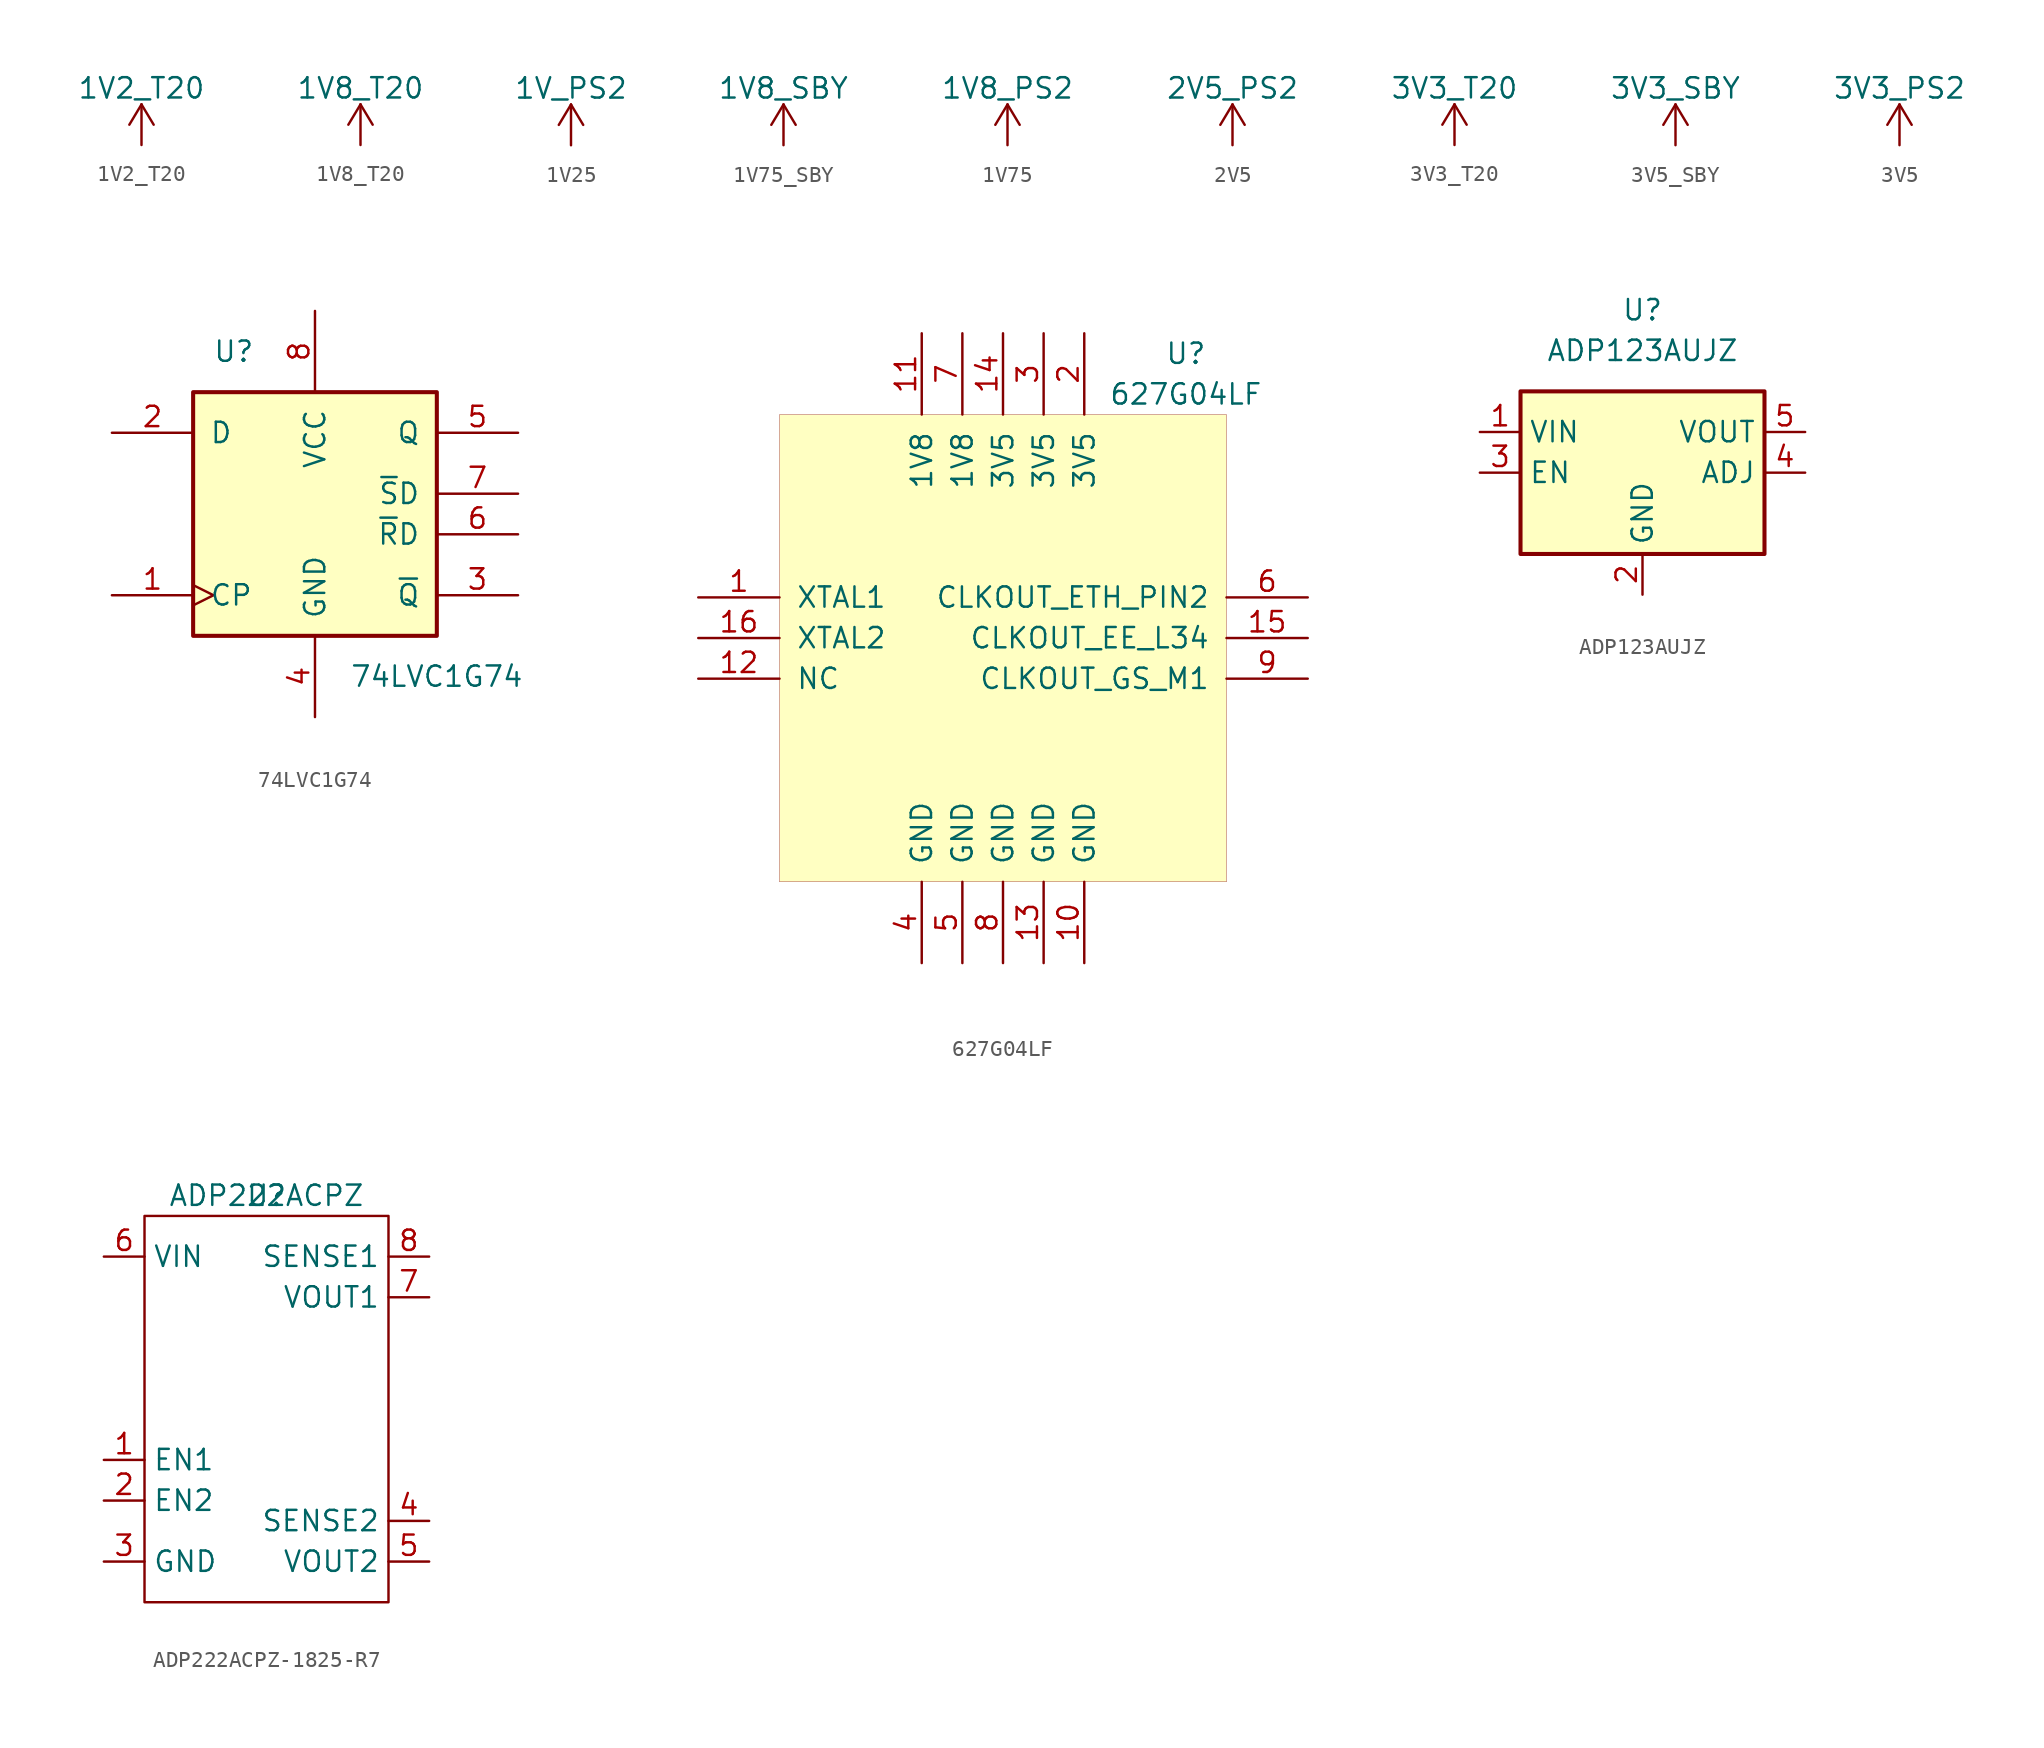
<source format=kicad_sym>
(kicad_symbol_lib
  (version 20220914)
  (generator kicad_symbol_editor)
  (symbol "1V2_T20"
    (power)
    (pin_names
      (offset 0))
    (property "Reference" "#PWR"
      (at 0 -3.81 0)
      (effects (font (size 1.27 1.27)) hide))
    (property "Value" "1V2_T20"
      (at 0 3.556 0)
      (effects (font (size 1.27 1.27))))
    (symbol "1V2_T20_0_1"
      (polyline (pts (xy -0.762 1.27) (xy 0 2.54)) (stroke (width 0) (type default)) (fill (type none)))
      (polyline (pts (xy 0 0) (xy 0 2.54)) (stroke (width 0) (type default)) (fill (type none)))
      (polyline (pts (xy 0 2.54) (xy 0.762 1.27)) (stroke (width 0) (type default)) (fill (type none))))
    (symbol "1V2_T20_1_1"
      (pin power_in line (at 0 0 90) (length 0) hide (name "1V2_T20" (effects (font (size 1.27 1.27)))) (number "1" (effects (font (size 1.27 1.27)))))))
  (symbol "1V8_T20"
    (power)
    (pin_names
      (offset 0))
    (property "Reference" "#PWR"
      (at 0 -3.81 0)
      (effects (font (size 1.27 1.27)) hide))
    (property "Value" "1V8_T20"
      (at 0 3.556 0)
      (effects (font (size 1.27 1.27))))
    (symbol "1V8_T20_0_1"
      (polyline (pts (xy -0.762 1.27) (xy 0 2.54)) (stroke (width 0) (type default)) (fill (type none)))
      (polyline (pts (xy 0 0) (xy 0 2.54)) (stroke (width 0) (type default)) (fill (type none)))
      (polyline (pts (xy 0 2.54) (xy 0.762 1.27)) (stroke (width 0) (type default)) (fill (type none))))
    (symbol "1V8_T20_1_1"
      (pin power_in line (at 0 0 90) (length 0) hide (name "1V8_T20" (effects (font (size 1.27 1.27)))) (number "1" (effects (font (size 1.27 1.27)))))))
  (symbol "1V25"
    (power)
    (pin_names
      (offset 0))
    (property "Reference" "#PWR"
      (at 0 -3.81 0)
      (effects (font (size 1.27 1.27)) hide))
    (property "Value" "1V_PS2"
      (at 0 3.556 0)
      (effects (font (size 1.27 1.27))))
    (symbol "1V25_0_1"
      (polyline (pts (xy -0.762 1.27) (xy 0 2.54)) (stroke (width 0) (type default)) (fill (type none)))
      (polyline (pts (xy 0 0) (xy 0 2.54)) (stroke (width 0) (type default)) (fill (type none)))
      (polyline (pts (xy 0 2.54) (xy 0.762 1.27)) (stroke (width 0) (type default)) (fill (type none))))
    (symbol "1V25_1_1"
      (pin power_in line (at 0 0 90) (length 0) hide (name "1V_PS2" (effects (font (size 1.27 1.27)))) (number "1" (effects (font (size 1.27 1.27)))))))
  (symbol "1V75_SBY"
    (power)
    (pin_names
      (offset 0))
    (property "Reference" "#PWR"
      (at 0 -3.81 0)
      (effects (font (size 1.27 1.27)) hide))
    (property "Value" "1V8_SBY"
      (at 0 3.556 0)
      (effects (font (size 1.27 1.27))))
    (symbol "1V75_SBY_0_1"
      (polyline (pts (xy -0.762 1.27) (xy 0 2.54)) (stroke (width 0) (type default)) (fill (type none)))
      (polyline (pts (xy 0 0) (xy 0 2.54)) (stroke (width 0) (type default)) (fill (type none)))
      (polyline (pts (xy 0 2.54) (xy 0.762 1.27)) (stroke (width 0) (type default)) (fill (type none))))
    (symbol "1V75_SBY_1_1"
      (pin power_in line (at 0 0 90) (length 0) hide (name "1V8_SBY" (effects (font (size 1.27 1.27)))) (number "1" (effects (font (size 1.27 1.27)))))))
  (symbol "1V75"
    (power)
    (pin_names
      (offset 0))
    (property "Reference" "#PWR"
      (at 0 -3.81 0)
      (effects (font (size 1.27 1.27)) hide))
    (property "Value" "1V8_PS2"
      (at 0 3.556 0)
      (effects (font (size 1.27 1.27))))
    (symbol "1V75_0_1"
      (polyline (pts (xy -0.762 1.27) (xy 0 2.54)) (stroke (width 0) (type default)) (fill (type none)))
      (polyline (pts (xy 0 0) (xy 0 2.54)) (stroke (width 0) (type default)) (fill (type none)))
      (polyline (pts (xy 0 2.54) (xy 0.762 1.27)) (stroke (width 0) (type default)) (fill (type none))))
    (symbol "1V75_1_1"
      (pin power_in line (at 0 0 90) (length 0) hide (name "1V8_PS2" (effects (font (size 1.27 1.27)))) (number "1" (effects (font (size 1.27 1.27)))))))
  (symbol "2V5"
    (power)
    (pin_names
      (offset 0))
    (property "Reference" "#PWR"
      (at 0 -3.81 0)
      (effects (font (size 1.27 1.27)) hide))
    (property "Value" "2V5_PS2"
      (at 0 3.556 0)
      (effects (font (size 1.27 1.27))))
    (symbol "2V5_0_1"
      (polyline (pts (xy -0.762 1.27) (xy 0 2.54)) (stroke (width 0) (type default)) (fill (type none)))
      (polyline (pts (xy 0 0) (xy 0 2.54)) (stroke (width 0) (type default)) (fill (type none)))
      (polyline (pts (xy 0 2.54) (xy 0.762 1.27)) (stroke (width 0) (type default)) (fill (type none))))
    (symbol "2V5_1_1"
      (pin power_in line (at 0 0 90) (length 0) hide (name "2V5_PS2" (effects (font (size 1.27 1.27)))) (number "1" (effects (font (size 1.27 1.27)))))))
  (symbol "3V3_T20"
    (power)
    (pin_names
      (offset 0))
    (property "Reference" "#PWR"
      (at 0 -3.81 0)
      (effects (font (size 1.27 1.27)) hide))
    (property "Value" "3V3_T20"
      (at 0 3.556 0)
      (effects (font (size 1.27 1.27))))
    (symbol "3V3_T20_0_1"
      (polyline (pts (xy -0.762 1.27) (xy 0 2.54)) (stroke (width 0) (type default)) (fill (type none)))
      (polyline (pts (xy 0 0) (xy 0 2.54)) (stroke (width 0) (type default)) (fill (type none)))
      (polyline (pts (xy 0 2.54) (xy 0.762 1.27)) (stroke (width 0) (type default)) (fill (type none))))
    (symbol "3V3_T20_1_1"
      (pin power_in line (at 0 0 90) (length 0) hide (name "3V3_T20" (effects (font (size 1.27 1.27)))) (number "1" (effects (font (size 1.27 1.27)))))))
  (symbol "3V5_SBY"
    (power)
    (pin_names
      (offset 0))
    (property "Reference" "#PWR"
      (at 0 -3.81 0)
      (effects (font (size 1.27 1.27)) hide))
    (property "Value" "3V3_SBY"
      (at 0 3.556 0)
      (effects (font (size 1.27 1.27))))
    (symbol "3V5_SBY_0_1"
      (polyline (pts (xy -0.762 1.27) (xy 0 2.54)) (stroke (width 0) (type default)) (fill (type none)))
      (polyline (pts (xy 0 0) (xy 0 2.54)) (stroke (width 0) (type default)) (fill (type none)))
      (polyline (pts (xy 0 2.54) (xy 0.762 1.27)) (stroke (width 0) (type default)) (fill (type none))))
    (symbol "3V5_SBY_1_1"
      (pin power_in line (at 0 0 90) (length 0) hide (name "3V3_SBY" (effects (font (size 1.27 1.27)))) (number "1" (effects (font (size 1.27 1.27)))))))
  (symbol "3V5"
    (power)
    (pin_names
      (offset 0))
    (property "Reference" "#PWR"
      (at 0 -3.81 0)
      (effects (font (size 1.27 1.27)) hide))
    (property "Value" "3V3_PS2"
      (at 0 3.556 0)
      (effects (font (size 1.27 1.27))))
    (symbol "3V5_0_1"
      (polyline (pts (xy -0.762 1.27) (xy 0 2.54)) (stroke (width 0) (type default)) (fill (type none)))
      (polyline (pts (xy 0 0) (xy 0 2.54)) (stroke (width 0) (type default)) (fill (type none)))
      (polyline (pts (xy 0 2.54) (xy 0.762 1.27)) (stroke (width 0) (type default)) (fill (type none))))
    (symbol "3V5_1_1"
      (pin power_in line (at 0 0 90) (length 0) hide (name "3V3_PS2" (effects (font (size 1.27 1.27)))) (number "1" (effects (font (size 1.27 1.27)))))))
  (symbol "74LVC1G74"
    (pin_names
      (offset 1.016))
    (property "Reference" "U"
      (at -5.08 10.16 0)
      (effects (font (size 1.27 1.27))))
    (property "Value" "74LVC1G74"
      (at 7.62 -10.16 0)
      (effects (font (size 1.27 1.27))))
    (symbol "74LVC1G74_0_1"
      (rectangle (start -7.62 7.62) (end 7.62 -7.62) (stroke (width 0.254) (type default)) (fill (type background))))
    (symbol "74LVC1G74_1_1"
      (pin input clock (at -12.7 -5.08 0) (length 5.08) (name "CP" (effects (font (size 1.27 1.27)))) (number "1" (effects (font (size 1.27 1.27)))))
      (pin input line (at -12.7 5.08 0) (length 5.08) (name "D" (effects (font (size 1.27 1.27)))) (number "2" (effects (font (size 1.27 1.27)))))
      (pin output line (at 12.7 -5.08 180) (length 5.08) (name "~{Q}" (effects (font (size 1.27 1.27)))) (number "3" (effects (font (size 1.27 1.27)))))
      (pin power_in line (at 0 -12.7 90) (length 5.08) (name "GND" (effects (font (size 1.27 1.27)))) (number "4" (effects (font (size 1.27 1.27)))))
      (pin output line (at 12.7 5.08 180) (length 5.08) (name "Q" (effects (font (size 1.27 1.27)))) (number "5" (effects (font (size 1.27 1.27)))))
      (pin input line (at 12.7 -1.27 180) (length 5.08) (name "~{R}D" (effects (font (size 1.27 1.27)))) (number "6" (effects (font (size 1.27 1.27)))))
      (pin input line (at 12.7 1.27 180) (length 5.08) (name "~{S}D" (effects (font (size 1.27 1.27)))) (number "7" (effects (font (size 1.27 1.27)))))
      (pin power_in line (at 0 12.7 270) (length 5.08) (name "VCC" (effects (font (size 1.27 1.27)))) (number "8" (effects (font (size 1.27 1.27)))))))
  (symbol "627G04LF"
    (pin_names
      (offset 1.016))
    (property "Reference" "U"
      (at 33.02 6.35 0)
      (effects (font (size 1.27 1.27))))
    (property "Value" "627G04LF"
      (at 33.02 3.81 0)
      (effects (font (size 1.27 1.27))))
    (symbol "627G04LF_0_0"
      (pin passive line (at 26.67 -31.75 90) (length 5.08) (name "GND" (effects (font (size 1.27 1.27)))) (number "10" (effects (font (size 1.27 1.27)))))
      (pin passive line (at 16.51 7.62 270) (length 5.08) (name "1V8" (effects (font (size 1.27 1.27)))) (number "11" (effects (font (size 1.27 1.27)))))
      (pin passive line (at 2.54 -13.97 0) (length 5.08) (name "NC" (effects (font (size 1.27 1.27)))) (number "12" (effects (font (size 1.27 1.27)))))
      (pin passive line (at 24.13 -31.75 90) (length 5.08) (name "GND" (effects (font (size 1.27 1.27)))) (number "13" (effects (font (size 1.27 1.27)))))
      (pin passive line (at 21.59 7.62 270) (length 5.08) (name "3V5" (effects (font (size 1.27 1.27)))) (number "14" (effects (font (size 1.27 1.27)))))
      (pin passive line (at 40.64 -11.43 180) (length 5.08) (name "CLKOUT_EE_L34" (effects (font (size 1.27 1.27)))) (number "15" (effects (font (size 1.27 1.27)))))
      (pin passive line (at 26.67 7.62 270) (length 5.08) (name "3V5" (effects (font (size 1.27 1.27)))) (number "2" (effects (font (size 1.27 1.27)))))
      (pin passive line (at 24.13 7.62 270) (length 5.08) (name "3V5" (effects (font (size 1.27 1.27)))) (number "3" (effects (font (size 1.27 1.27)))))
      (pin passive line (at 16.51 -31.75 90) (length 5.08) (name "GND" (effects (font (size 1.27 1.27)))) (number "4" (effects (font (size 1.27 1.27)))))
      (pin passive line (at 19.05 -31.75 90) (length 5.08) (name "GND" (effects (font (size 1.27 1.27)))) (number "5" (effects (font (size 1.27 1.27)))))
      (pin passive line (at 40.64 -8.89 180) (length 5.08) (name "CLKOUT_ETH_PIN2" (effects (font (size 1.27 1.27)))) (number "6" (effects (font (size 1.27 1.27)))))
      (pin passive line (at 19.05 7.62 270) (length 5.08) (name "1V8" (effects (font (size 1.27 1.27)))) (number "7" (effects (font (size 1.27 1.27)))))
      (pin passive line (at 21.59 -31.75 90) (length 5.08) (name "GND" (effects (font (size 1.27 1.27)))) (number "8" (effects (font (size 1.27 1.27)))))
      (pin passive line (at 40.64 -13.97 180) (length 5.08) (name "CLKOUT_GS_M1" (effects (font (size 1.27 1.27)))) (number "9" (effects (font (size 1.27 1.27))))))
    (symbol "627G04LF_0_1"
      (rectangle (start 7.62 2.54) (end 35.56 -26.67) (stroke (width 0.001) (type default)) (fill (type background))))
    (symbol "627G04LF_1_0"
      (pin passive line (at 2.54 -8.89 0) (length 5.08) (name "XTAL1" (effects (font (size 1.27 1.27)))) (number "1" (effects (font (size 1.27 1.27)))))
      (pin passive line (at 2.54 -11.43 0) (length 5.08) (name "XTAL2" (effects (font (size 1.27 1.27)))) (number "16" (effects (font (size 1.27 1.27)))))))
  (symbol "ADP123AUJZ"
    (property "Reference" "U"
      (at 0 10.16 0)
      (effects (font (size 1.27 1.27))))
    (property "Value" "ADP123AUJZ"
      (at 0 7.62 0)
      (effects (font (size 1.27 1.27))))
    (symbol "ADP123AUJZ_0_1"
      (rectangle (start -7.62 5.08) (end 7.62 -5.08) (stroke (width 0.254) (type default)) (fill (type background))))
    (symbol "ADP123AUJZ_1_1"
      (pin power_in line (at -10.16 2.54 0) (length 2.54) (name "VIN" (effects (font (size 1.27 1.27)))) (number "1" (effects (font (size 1.27 1.27)))))
      (pin power_in line (at 0 -7.62 90) (length 2.54) (name "GND" (effects (font (size 1.27 1.27)))) (number "2" (effects (font (size 1.27 1.27)))))
      (pin input line (at -10.16 0 0) (length 2.54) (name "EN" (effects (font (size 1.27 1.27)))) (number "3" (effects (font (size 1.27 1.27)))))
      (pin input line (at 10.16 0 180) (length 2.54) (name "ADJ" (effects (font (size 1.27 1.27)))) (number "4" (effects (font (size 1.27 1.27)))))
      (pin power_out line (at 10.16 2.54 180) (length 2.54) (name "VOUT" (effects (font (size 1.27 1.27)))) (number "5" (effects (font (size 1.27 1.27)))))))
  (symbol "ADP222ACPZ-1825-R7"
    (property "Reference" "U"
      (at 0 12.7 0)
      (effects (font (size 1.27 1.27))))
    (property "Value" "ADP222ACPZ"
      (at 0 12.7 0)
      (effects (font (size 1.27 1.27))))
    (symbol "ADP222ACPZ-1825-R7_0_1"
      (rectangle (start -7.62 11.43) (end 7.62 -12.7) (stroke (width 0) (type default)) (fill (type none))))
    (symbol "ADP222ACPZ-1825-R7_1_1"
      (pin input line (at -10.16 -3.81 0) (length 2.54) (name "EN1" (effects (font (size 1.27 1.27)))) (number "1" (effects (font (size 1.27 1.27)))))
      (pin input line (at -10.16 -6.35 0) (length 2.54) (name "EN2" (effects (font (size 1.27 1.27)))) (number "2" (effects (font (size 1.27 1.27)))))
      (pin passive line (at -10.16 -10.16 0) (length 2.54) (name "GND" (effects (font (size 1.27 1.27)))) (number "3" (effects (font (size 1.27 1.27)))))
      (pin input line (at 10.16 -7.62 180) (length 2.54) (name "SENSE2" (effects (font (size 1.27 1.27)))) (number "4" (effects (font (size 1.27 1.27)))))
      (pin output line (at 10.16 -10.16 180) (length 2.54) (name "VOUT2" (effects (font (size 1.27 1.27)))) (number "5" (effects (font (size 1.27 1.27)))))
      (pin input line (at -10.16 8.89 0) (length 2.54) (name "VIN" (effects (font (size 1.27 1.27)))) (number "6" (effects (font (size 1.27 1.27)))))
      (pin output line (at 10.16 6.35 180) (length 2.54) (name "VOUT1" (effects (font (size 1.27 1.27)))) (number "7" (effects (font (size 1.27 1.27)))))
      (pin input line (at 10.16 8.89 180) (length 2.54) (name "SENSE1" (effects (font (size 1.27 1.27)))) (number "8" (effects (font (size 1.27 1.27)))))
      (pin passive line (at -10.16 -10.16 0) (length 2.54) hide (name "GND" (effects (font (size 1.27 1.27)))) (number "9" (effects (font (size 1.27 1.27))))))))
</source>
